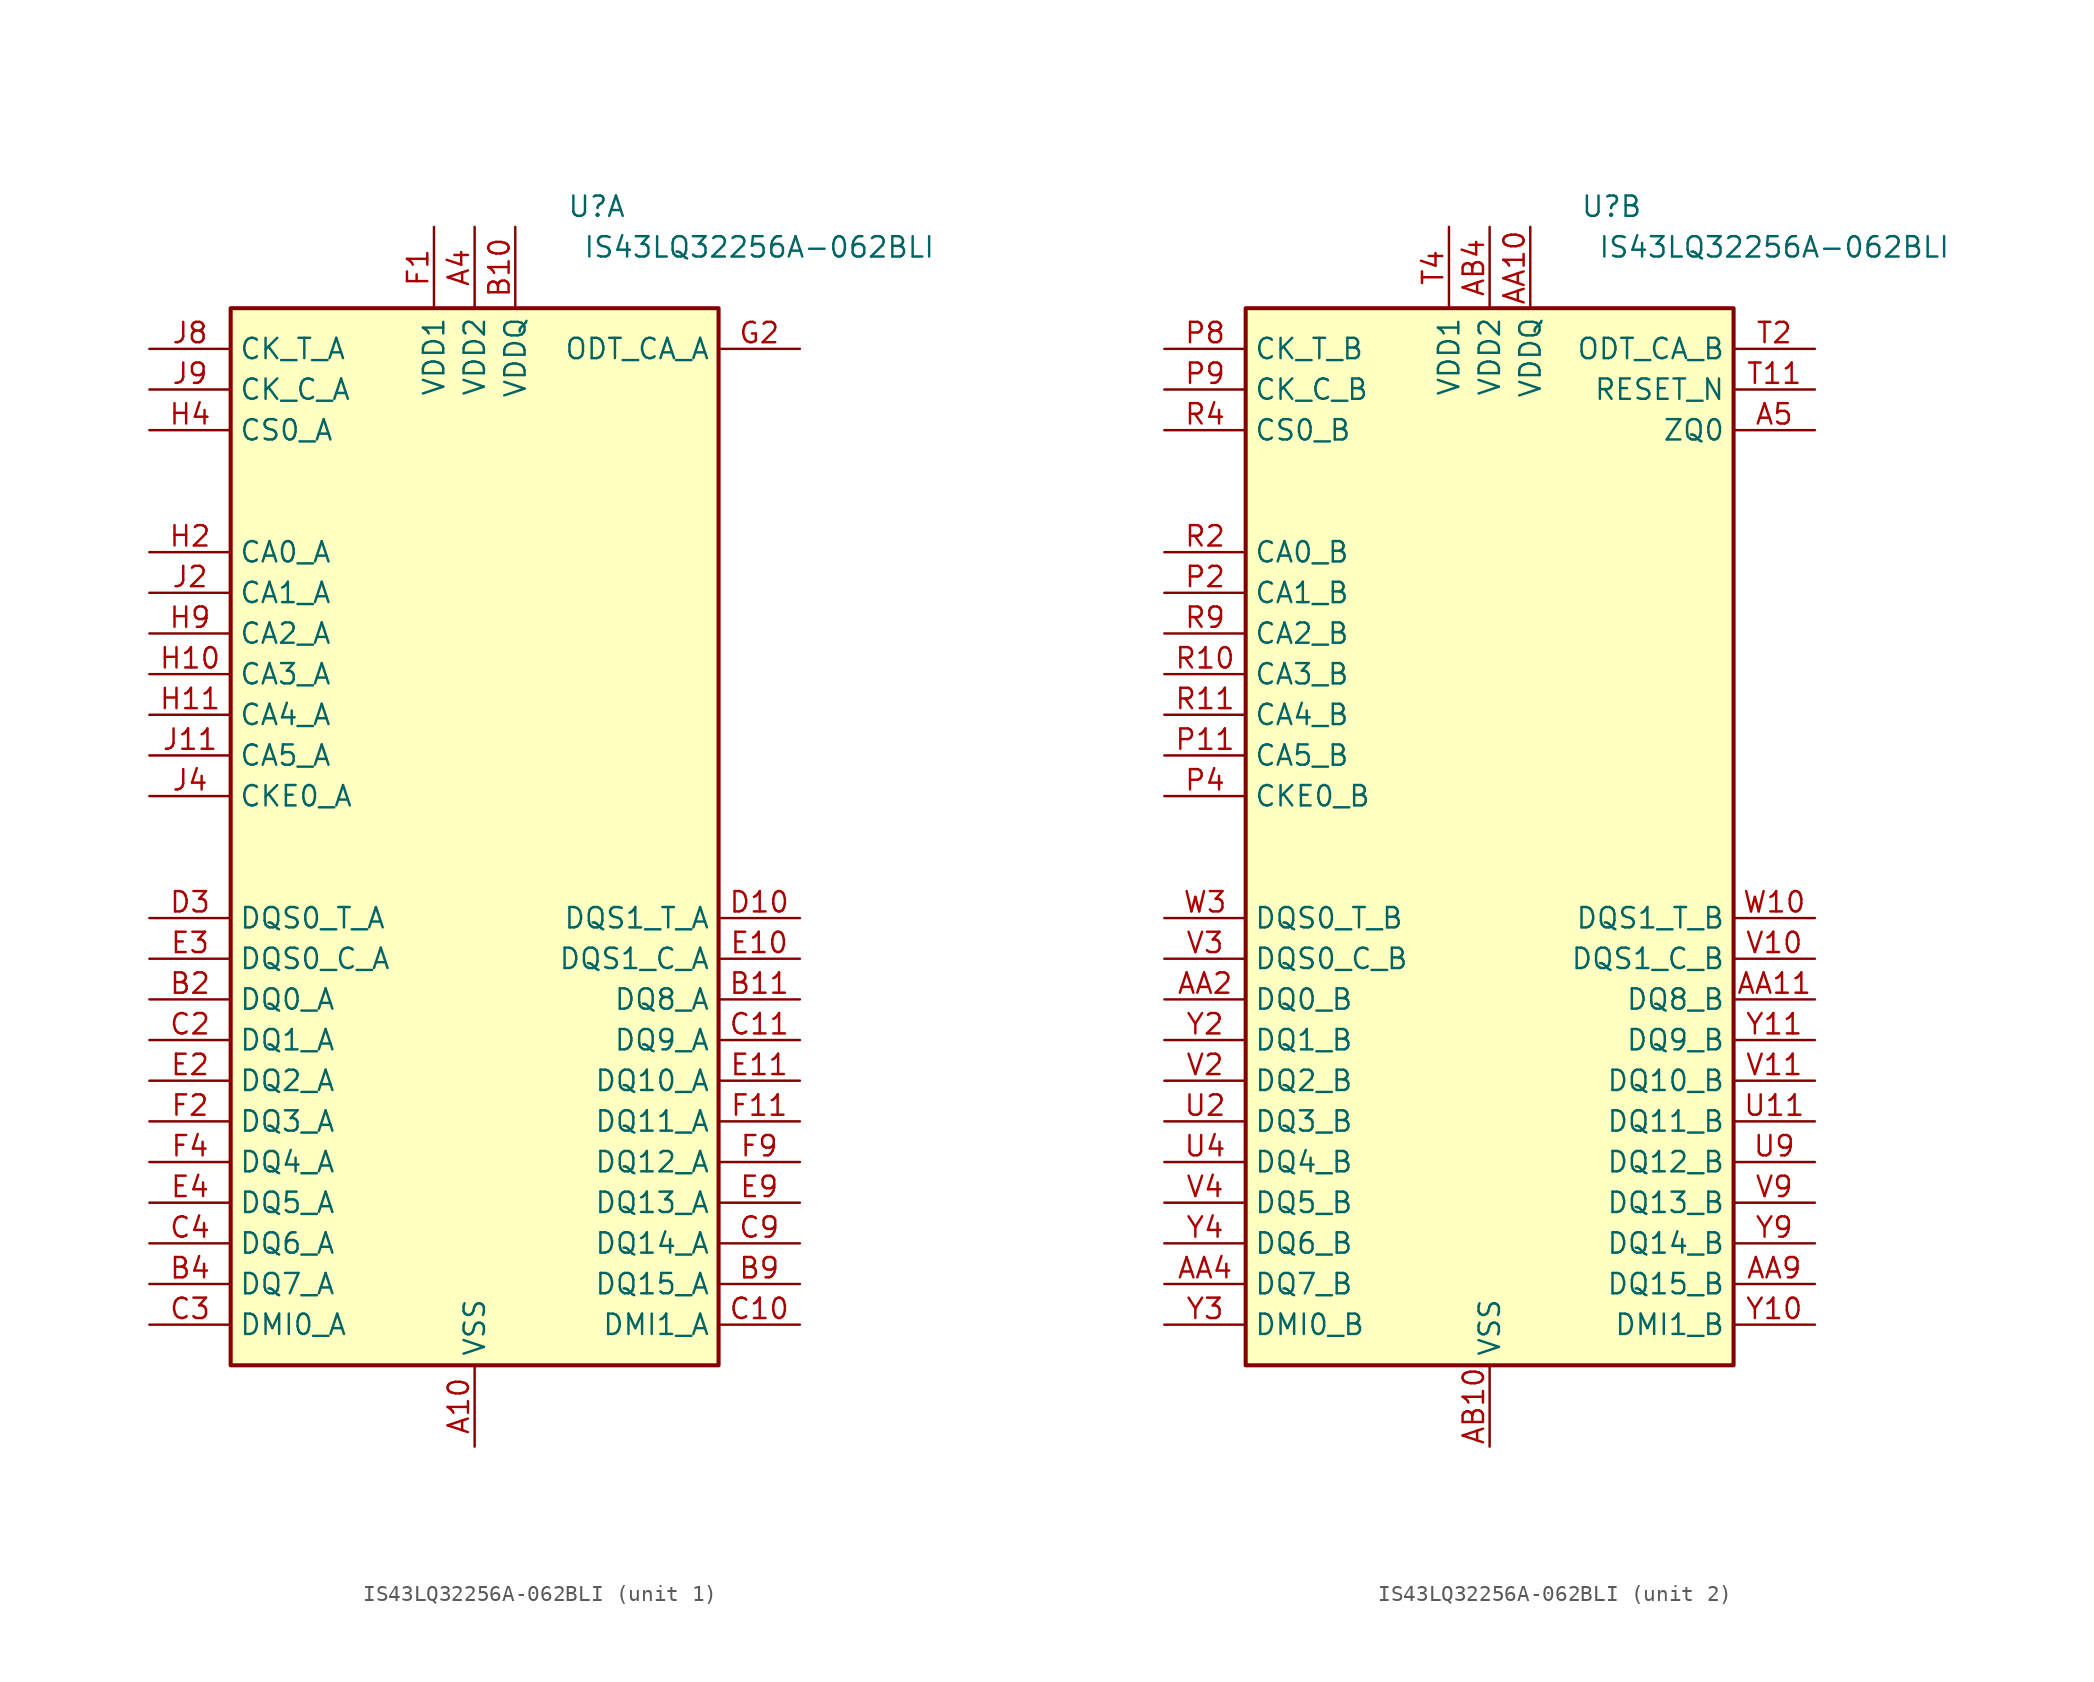
<source format=kicad_sym>
(kicad_symbol_lib
  (version 20231120)
  (generator "kicad_symbol_editor")
  (generator_version "8.0")
  (symbol "IS43LQ32256A-062BLI"
    (property "Reference" "U"
      (at 7.62 39.37 0)
      (effects (font (size 1.27 1.27))))
    (property "Value" "IS43LQ32256A-062BLI"
      (at 17.78 36.83 0)
      (effects (font (size 1.27 1.27))))
    (property "ki_locked" ""
      (at 0 0 0)
      (effects (font (size 1.27 1.27))))
    (symbol "IS43LQ32256A-062BLI_1_0"
      (rectangle (start -15.24 -33.02) (end 15.24 33.02) (stroke (width 0.254) (type default)) (fill (type background))))
    (symbol "IS43LQ32256A-062BLI_1_1"
      (pin no_connect line (at 15.24 12.7 180) (length 5.08) hide (name "DNU" (effects (font (size 1.27 1.27)))) (number "A1" (effects (font (size 1.27 1.27)))))
      (pin power_in line (at 0 -38.1 90) (length 5.08) (name "VSS" (effects (font (size 1.27 1.27)))) (number "A10" (effects (font (size 1.27 1.27)))))
      (pin no_connect line (at 15.24 7.62 180) (length 5.08) hide (name "DNU" (effects (font (size 1.27 1.27)))) (number "A11" (effects (font (size 1.27 1.27)))))
      (pin no_connect line (at 15.24 5.08 180) (length 5.08) hide (name "DNU" (effects (font (size 1.27 1.27)))) (number "A12" (effects (font (size 1.27 1.27)))))
      (pin no_connect line (at 15.24 10.16 180) (length 5.08) hide (name "DNU" (effects (font (size 1.27 1.27)))) (number "A2" (effects (font (size 1.27 1.27)))))
      (pin passive line (at 0 -38.1 90) (length 5.08) hide (name "VSS" (effects (font (size 1.27 1.27)))) (number "A3" (effects (font (size 1.27 1.27)))))
      (pin power_in line (at 0 38.1 270) (length 5.08) (name "VDD2" (effects (font (size 1.27 1.27)))) (number "A4" (effects (font (size 1.27 1.27)))))
      (pin passive line (at 0 38.1 270) (length 5.08) hide (name "VDD2" (effects (font (size 1.27 1.27)))) (number "A9" (effects (font (size 1.27 1.27)))))
      (pin no_connect line (at 15.24 2.54 180) (length 5.08) hide (name "DNU" (effects (font (size 1.27 1.27)))) (number "B1" (effects (font (size 1.27 1.27)))))
      (pin power_in line (at 2.54 38.1 270) (length 5.08) (name "VDDQ" (effects (font (size 1.27 1.27)))) (number "B10" (effects (font (size 1.27 1.27)))))
      (pin bidirectional line (at 20.32 -10.16 180) (length 5.08) (name "DQ8_A" (effects (font (size 1.27 1.27)))) (number "B11" (effects (font (size 1.27 1.27)))))
      (pin no_connect line (at 15.24 0 180) (length 5.08) hide (name "DNU" (effects (font (size 1.27 1.27)))) (number "B12" (effects (font (size 1.27 1.27)))))
      (pin bidirectional line (at -20.32 -10.16 0) (length 5.08) (name "DQ0_A" (effects (font (size 1.27 1.27)))) (number "B2" (effects (font (size 1.27 1.27)))))
      (pin passive line (at 2.54 38.1 270) (length 5.08) hide (name "VDDQ" (effects (font (size 1.27 1.27)))) (number "B3" (effects (font (size 1.27 1.27)))))
      (pin bidirectional line (at -20.32 -27.94 0) (length 5.08) (name "DQ7_A" (effects (font (size 1.27 1.27)))) (number "B4" (effects (font (size 1.27 1.27)))))
      (pin passive line (at 2.54 38.1 270) (length 5.08) hide (name "VDDQ" (effects (font (size 1.27 1.27)))) (number "B5" (effects (font (size 1.27 1.27)))))
      (pin passive line (at 2.54 38.1 270) (length 5.08) hide (name "VDDQ" (effects (font (size 1.27 1.27)))) (number "B8" (effects (font (size 1.27 1.27)))))
      (pin bidirectional line (at 20.32 -27.94 180) (length 5.08) (name "DQ15_A" (effects (font (size 1.27 1.27)))) (number "B9" (effects (font (size 1.27 1.27)))))
      (pin passive line (at 0 -38.1 90) (length 5.08) hide (name "VSS" (effects (font (size 1.27 1.27)))) (number "C1" (effects (font (size 1.27 1.27)))))
      (pin bidirectional line (at 20.32 -30.48 180) (length 5.08) (name "DMI1_A" (effects (font (size 1.27 1.27)))) (number "C10" (effects (font (size 1.27 1.27)))))
      (pin bidirectional line (at 20.32 -12.7 180) (length 5.08) (name "DQ9_A" (effects (font (size 1.27 1.27)))) (number "C11" (effects (font (size 1.27 1.27)))))
      (pin passive line (at 0 -38.1 90) (length 5.08) hide (name "VSS" (effects (font (size 1.27 1.27)))) (number "C12" (effects (font (size 1.27 1.27)))))
      (pin bidirectional line (at -20.32 -12.7 0) (length 5.08) (name "DQ1_A" (effects (font (size 1.27 1.27)))) (number "C2" (effects (font (size 1.27 1.27)))))
      (pin bidirectional line (at -20.32 -30.48 0) (length 5.08) (name "DMI0_A" (effects (font (size 1.27 1.27)))) (number "C3" (effects (font (size 1.27 1.27)))))
      (pin bidirectional line (at -20.32 -25.4 0) (length 5.08) (name "DQ6_A" (effects (font (size 1.27 1.27)))) (number "C4" (effects (font (size 1.27 1.27)))))
      (pin passive line (at 0 -38.1 90) (length 5.08) hide (name "VSS" (effects (font (size 1.27 1.27)))) (number "C5" (effects (font (size 1.27 1.27)))))
      (pin passive line (at 0 -38.1 90) (length 5.08) hide (name "VSS" (effects (font (size 1.27 1.27)))) (number "C8" (effects (font (size 1.27 1.27)))))
      (pin bidirectional line (at 20.32 -25.4 180) (length 5.08) (name "DQ14_A" (effects (font (size 1.27 1.27)))) (number "C9" (effects (font (size 1.27 1.27)))))
      (pin passive line (at 2.54 38.1 270) (length 5.08) hide (name "VDDQ" (effects (font (size 1.27 1.27)))) (number "D1" (effects (font (size 1.27 1.27)))))
      (pin bidirectional line (at 20.32 -5.08 180) (length 5.08) (name "DQS1_T_A" (effects (font (size 1.27 1.27)))) (number "D10" (effects (font (size 1.27 1.27)))))
      (pin passive line (at 0 -38.1 90) (length 5.08) hide (name "VSS" (effects (font (size 1.27 1.27)))) (number "D11" (effects (font (size 1.27 1.27)))))
      (pin passive line (at 2.54 38.1 270) (length 5.08) hide (name "VDDQ" (effects (font (size 1.27 1.27)))) (number "D12" (effects (font (size 1.27 1.27)))))
      (pin passive line (at 0 -38.1 90) (length 5.08) hide (name "VSS" (effects (font (size 1.27 1.27)))) (number "D2" (effects (font (size 1.27 1.27)))))
      (pin bidirectional line (at -20.32 -5.08 0) (length 5.08) (name "DQS0_T_A" (effects (font (size 1.27 1.27)))) (number "D3" (effects (font (size 1.27 1.27)))))
      (pin passive line (at 0 -38.1 90) (length 5.08) hide (name "VSS" (effects (font (size 1.27 1.27)))) (number "D4" (effects (font (size 1.27 1.27)))))
      (pin passive line (at 2.54 38.1 270) (length 5.08) hide (name "VDDQ" (effects (font (size 1.27 1.27)))) (number "D5" (effects (font (size 1.27 1.27)))))
      (pin passive line (at 2.54 38.1 270) (length 5.08) hide (name "VDDQ" (effects (font (size 1.27 1.27)))) (number "D8" (effects (font (size 1.27 1.27)))))
      (pin passive line (at 0 -38.1 90) (length 5.08) hide (name "VSS" (effects (font (size 1.27 1.27)))) (number "D9" (effects (font (size 1.27 1.27)))))
      (pin passive line (at 0 -38.1 90) (length 5.08) hide (name "VSS" (effects (font (size 1.27 1.27)))) (number "E1" (effects (font (size 1.27 1.27)))))
      (pin bidirectional line (at 20.32 -7.62 180) (length 5.08) (name "DQS1_C_A" (effects (font (size 1.27 1.27)))) (number "E10" (effects (font (size 1.27 1.27)))))
      (pin bidirectional line (at 20.32 -15.24 180) (length 5.08) (name "DQ10_A" (effects (font (size 1.27 1.27)))) (number "E11" (effects (font (size 1.27 1.27)))))
      (pin passive line (at 0 -38.1 90) (length 5.08) hide (name "VSS" (effects (font (size 1.27 1.27)))) (number "E12" (effects (font (size 1.27 1.27)))))
      (pin bidirectional line (at -20.32 -15.24 0) (length 5.08) (name "DQ2_A" (effects (font (size 1.27 1.27)))) (number "E2" (effects (font (size 1.27 1.27)))))
      (pin bidirectional line (at -20.32 -7.62 0) (length 5.08) (name "DQS0_C_A" (effects (font (size 1.27 1.27)))) (number "E3" (effects (font (size 1.27 1.27)))))
      (pin bidirectional line (at -20.32 -22.86 0) (length 5.08) (name "DQ5_A" (effects (font (size 1.27 1.27)))) (number "E4" (effects (font (size 1.27 1.27)))))
      (pin passive line (at 0 -38.1 90) (length 5.08) hide (name "VSS" (effects (font (size 1.27 1.27)))) (number "E5" (effects (font (size 1.27 1.27)))))
      (pin passive line (at 0 -38.1 90) (length 5.08) hide (name "VSS" (effects (font (size 1.27 1.27)))) (number "E8" (effects (font (size 1.27 1.27)))))
      (pin bidirectional line (at 20.32 -22.86 180) (length 5.08) (name "DQ13_A" (effects (font (size 1.27 1.27)))) (number "E9" (effects (font (size 1.27 1.27)))))
      (pin power_in line (at -2.54 38.1 270) (length 5.08) (name "VDD1" (effects (font (size 1.27 1.27)))) (number "F1" (effects (font (size 1.27 1.27)))))
      (pin passive line (at 2.54 38.1 270) (length 5.08) hide (name "VDDQ" (effects (font (size 1.27 1.27)))) (number "F10" (effects (font (size 1.27 1.27)))))
      (pin bidirectional line (at 20.32 -17.78 180) (length 5.08) (name "DQ11_A" (effects (font (size 1.27 1.27)))) (number "F11" (effects (font (size 1.27 1.27)))))
      (pin passive line (at -2.54 38.1 270) (length 5.08) hide (name "VDD1" (effects (font (size 1.27 1.27)))) (number "F12" (effects (font (size 1.27 1.27)))))
      (pin bidirectional line (at -20.32 -17.78 0) (length 5.08) (name "DQ3_A" (effects (font (size 1.27 1.27)))) (number "F2" (effects (font (size 1.27 1.27)))))
      (pin passive line (at 2.54 38.1 270) (length 5.08) hide (name "VDDQ" (effects (font (size 1.27 1.27)))) (number "F3" (effects (font (size 1.27 1.27)))))
      (pin bidirectional line (at -20.32 -20.32 0) (length 5.08) (name "DQ4_A" (effects (font (size 1.27 1.27)))) (number "F4" (effects (font (size 1.27 1.27)))))
      (pin passive line (at 0 38.1 270) (length 5.08) hide (name "VDD2" (effects (font (size 1.27 1.27)))) (number "F5" (effects (font (size 1.27 1.27)))))
      (pin passive line (at 0 38.1 270) (length 5.08) hide (name "VDD2" (effects (font (size 1.27 1.27)))) (number "F8" (effects (font (size 1.27 1.27)))))
      (pin bidirectional line (at 20.32 -20.32 180) (length 5.08) (name "DQ12_A" (effects (font (size 1.27 1.27)))) (number "F9" (effects (font (size 1.27 1.27)))))
      (pin passive line (at 0 -38.1 90) (length 5.08) hide (name "VSS" (effects (font (size 1.27 1.27)))) (number "G1" (effects (font (size 1.27 1.27)))))
      (pin passive line (at 0 -38.1 90) (length 5.08) hide (name "VSS" (effects (font (size 1.27 1.27)))) (number "G10" (effects (font (size 1.27 1.27)))))
      (pin passive line (at 0 -38.1 90) (length 5.08) hide (name "VSS" (effects (font (size 1.27 1.27)))) (number "G12" (effects (font (size 1.27 1.27)))))
      (pin input line (at 20.32 30.48 180) (length 5.08) (name "ODT_CA_A" (effects (font (size 1.27 1.27)))) (number "G2" (effects (font (size 1.27 1.27)))))
      (pin passive line (at 0 -38.1 90) (length 5.08) hide (name "VSS" (effects (font (size 1.27 1.27)))) (number "G3" (effects (font (size 1.27 1.27)))))
      (pin passive line (at -2.54 38.1 270) (length 5.08) hide (name "VDD1" (effects (font (size 1.27 1.27)))) (number "G4" (effects (font (size 1.27 1.27)))))
      (pin passive line (at 0 -38.1 90) (length 5.08) hide (name "VSS" (effects (font (size 1.27 1.27)))) (number "G5" (effects (font (size 1.27 1.27)))))
      (pin passive line (at 0 -38.1 90) (length 5.08) hide (name "VSS" (effects (font (size 1.27 1.27)))) (number "G8" (effects (font (size 1.27 1.27)))))
      (pin passive line (at -2.54 38.1 270) (length 5.08) hide (name "VDD1" (effects (font (size 1.27 1.27)))) (number "G9" (effects (font (size 1.27 1.27)))))
      (pin passive line (at 0 38.1 270) (length 5.08) hide (name "VDD2" (effects (font (size 1.27 1.27)))) (number "H1" (effects (font (size 1.27 1.27)))))
      (pin input line (at -20.32 10.16 0) (length 5.08) (name "CA3_A" (effects (font (size 1.27 1.27)))) (number "H10" (effects (font (size 1.27 1.27)))))
      (pin input line (at -20.32 7.62 0) (length 5.08) (name "CA4_A" (effects (font (size 1.27 1.27)))) (number "H11" (effects (font (size 1.27 1.27)))))
      (pin passive line (at 0 38.1 270) (length 5.08) hide (name "VDD2" (effects (font (size 1.27 1.27)))) (number "H12" (effects (font (size 1.27 1.27)))))
      (pin input line (at -20.32 17.78 0) (length 5.08) (name "CA0_A" (effects (font (size 1.27 1.27)))) (number "H2" (effects (font (size 1.27 1.27)))))
      (pin no_connect line (at -15.24 22.86 0) (length 5.08) hide (name "NC" (effects (font (size 1.27 1.27)))) (number "H3" (effects (font (size 1.27 1.27)))))
      (pin input line (at -20.32 25.4 0) (length 5.08) (name "CS0_A" (effects (font (size 1.27 1.27)))) (number "H4" (effects (font (size 1.27 1.27)))))
      (pin passive line (at 0 38.1 270) (length 5.08) hide (name "VDD2" (effects (font (size 1.27 1.27)))) (number "H5" (effects (font (size 1.27 1.27)))))
      (pin passive line (at 0 38.1 270) (length 5.08) hide (name "VDD2" (effects (font (size 1.27 1.27)))) (number "H8" (effects (font (size 1.27 1.27)))))
      (pin input line (at -20.32 12.7 0) (length 5.08) (name "CA2_A" (effects (font (size 1.27 1.27)))) (number "H9" (effects (font (size 1.27 1.27)))))
      (pin passive line (at 0 -38.1 90) (length 5.08) hide (name "VSS" (effects (font (size 1.27 1.27)))) (number "J1" (effects (font (size 1.27 1.27)))))
      (pin passive line (at 0 -38.1 90) (length 5.08) hide (name "VSS" (effects (font (size 1.27 1.27)))) (number "J10" (effects (font (size 1.27 1.27)))))
      (pin input line (at -20.32 5.08 0) (length 5.08) (name "CA5_A" (effects (font (size 1.27 1.27)))) (number "J11" (effects (font (size 1.27 1.27)))))
      (pin passive line (at 0 -38.1 90) (length 5.08) hide (name "VSS" (effects (font (size 1.27 1.27)))) (number "J12" (effects (font (size 1.27 1.27)))))
      (pin input line (at -20.32 15.24 0) (length 5.08) (name "CA1_A" (effects (font (size 1.27 1.27)))) (number "J2" (effects (font (size 1.27 1.27)))))
      (pin passive line (at 0 -38.1 90) (length 5.08) hide (name "VSS" (effects (font (size 1.27 1.27)))) (number "J3" (effects (font (size 1.27 1.27)))))
      (pin input line (at -20.32 2.54 0) (length 5.08) (name "CKE0_A" (effects (font (size 1.27 1.27)))) (number "J4" (effects (font (size 1.27 1.27)))))
      (pin no_connect line (at -15.24 0 0) (length 5.08) hide (name "NC" (effects (font (size 1.27 1.27)))) (number "J5" (effects (font (size 1.27 1.27)))))
      (pin input line (at -20.32 30.48 0) (length 5.08) (name "CK_T_A" (effects (font (size 1.27 1.27)))) (number "J8" (effects (font (size 1.27 1.27)))))
      (pin input line (at -20.32 27.94 0) (length 5.08) (name "CK_C_A" (effects (font (size 1.27 1.27)))) (number "J9" (effects (font (size 1.27 1.27)))))
      (pin passive line (at 0 38.1 270) (length 5.08) hide (name "VDD2" (effects (font (size 1.27 1.27)))) (number "K1" (effects (font (size 1.27 1.27)))))
      (pin passive line (at 0 38.1 270) (length 5.08) hide (name "VDD2" (effects (font (size 1.27 1.27)))) (number "K10" (effects (font (size 1.27 1.27)))))
      (pin passive line (at 0 -38.1 90) (length 5.08) hide (name "VSS" (effects (font (size 1.27 1.27)))) (number "K11" (effects (font (size 1.27 1.27)))))
      (pin passive line (at 0 38.1 270) (length 5.08) hide (name "VDD2" (effects (font (size 1.27 1.27)))) (number "K12" (effects (font (size 1.27 1.27)))))
      (pin passive line (at 0 -38.1 90) (length 5.08) hide (name "VSS" (effects (font (size 1.27 1.27)))) (number "K2" (effects (font (size 1.27 1.27)))))
      (pin passive line (at 0 38.1 270) (length 5.08) hide (name "VDD2" (effects (font (size 1.27 1.27)))) (number "K3" (effects (font (size 1.27 1.27)))))
      (pin passive line (at 0 -38.1 90) (length 5.08) hide (name "VSS" (effects (font (size 1.27 1.27)))) (number "K4" (effects (font (size 1.27 1.27)))))
      (pin no_connect line (at -15.24 20.32 0) (length 5.08) hide (name "NC" (effects (font (size 1.27 1.27)))) (number "K5" (effects (font (size 1.27 1.27)))))
      (pin no_connect line (at -15.24 -2.54 0) (length 5.08) hide (name "NC" (effects (font (size 1.27 1.27)))) (number "K8" (effects (font (size 1.27 1.27)))))
      (pin passive line (at 0 -38.1 90) (length 5.08) hide (name "VSS" (effects (font (size 1.27 1.27)))) (number "K9" (effects (font (size 1.27 1.27))))))
    (symbol "IS43LQ32256A-062BLI_2_0"
      (rectangle (start -15.24 -33.02) (end 15.24 33.02) (stroke (width 0.254) (type default)) (fill (type background))))
    (symbol "IS43LQ32256A-062BLI_2_1"
      (pin input line (at 20.32 25.4 180) (length 5.08) (name "ZQ0" (effects (font (size 1.27 1.27)))) (number "A5" (effects (font (size 1.27 1.27)))))
      (pin no_connect line (at 15.24 22.86 180) (length 5.08) hide (name "NC" (effects (font (size 1.27 1.27)))) (number "A8" (effects (font (size 1.27 1.27)))))
      (pin no_connect line (at 15.24 12.7 180) (length 5.08) hide (name "DNU" (effects (font (size 1.27 1.27)))) (number "AA1" (effects (font (size 1.27 1.27)))))
      (pin power_in line (at 2.54 38.1 270) (length 5.08) (name "VDDQ" (effects (font (size 1.27 1.27)))) (number "AA10" (effects (font (size 1.27 1.27)))))
      (pin bidirectional line (at 20.32 -10.16 180) (length 5.08) (name "DQ8_B" (effects (font (size 1.27 1.27)))) (number "AA11" (effects (font (size 1.27 1.27)))))
      (pin no_connect line (at 15.24 10.16 180) (length 5.08) hide (name "DNU" (effects (font (size 1.27 1.27)))) (number "AA12" (effects (font (size 1.27 1.27)))))
      (pin bidirectional line (at -20.32 -10.16 0) (length 5.08) (name "DQ0_B" (effects (font (size 1.27 1.27)))) (number "AA2" (effects (font (size 1.27 1.27)))))
      (pin passive line (at 2.54 38.1 270) (length 5.08) hide (name "VDDQ" (effects (font (size 1.27 1.27)))) (number "AA3" (effects (font (size 1.27 1.27)))))
      (pin bidirectional line (at -20.32 -27.94 0) (length 5.08) (name "DQ7_B" (effects (font (size 1.27 1.27)))) (number "AA4" (effects (font (size 1.27 1.27)))))
      (pin passive line (at 2.54 38.1 270) (length 5.08) hide (name "VDDQ" (effects (font (size 1.27 1.27)))) (number "AA5" (effects (font (size 1.27 1.27)))))
      (pin passive line (at 2.54 38.1 270) (length 5.08) hide (name "VDDQ" (effects (font (size 1.27 1.27)))) (number "AA8" (effects (font (size 1.27 1.27)))))
      (pin bidirectional line (at 20.32 -27.94 180) (length 5.08) (name "DQ15_B" (effects (font (size 1.27 1.27)))) (number "AA9" (effects (font (size 1.27 1.27)))))
      (pin no_connect line (at 15.24 7.62 180) (length 5.08) hide (name "DNU" (effects (font (size 1.27 1.27)))) (number "AB1" (effects (font (size 1.27 1.27)))))
      (pin power_in line (at 0 -38.1 90) (length 5.08) (name "VSS" (effects (font (size 1.27 1.27)))) (number "AB10" (effects (font (size 1.27 1.27)))))
      (pin no_connect line (at 15.24 2.54 180) (length 5.08) hide (name "DNU" (effects (font (size 1.27 1.27)))) (number "AB11" (effects (font (size 1.27 1.27)))))
      (pin no_connect line (at 15.24 0 180) (length 5.08) hide (name "DNU" (effects (font (size 1.27 1.27)))) (number "AB12" (effects (font (size 1.27 1.27)))))
      (pin no_connect line (at 15.24 5.08 180) (length 5.08) hide (name "DNU" (effects (font (size 1.27 1.27)))) (number "AB2" (effects (font (size 1.27 1.27)))))
      (pin passive line (at 0 -38.1 90) (length 5.08) hide (name "VSS" (effects (font (size 1.27 1.27)))) (number "AB3" (effects (font (size 1.27 1.27)))))
      (pin power_in line (at 0 38.1 270) (length 5.08) (name "VDD2" (effects (font (size 1.27 1.27)))) (number "AB4" (effects (font (size 1.27 1.27)))))
      (pin passive line (at 0 -38.1 90) (length 5.08) hide (name "VSS" (effects (font (size 1.27 1.27)))) (number "AB5" (effects (font (size 1.27 1.27)))))
      (pin passive line (at 0 -38.1 90) (length 5.08) hide (name "VSS" (effects (font (size 1.27 1.27)))) (number "AB8" (effects (font (size 1.27 1.27)))))
      (pin passive line (at 0 38.1 270) (length 5.08) hide (name "VDD2" (effects (font (size 1.27 1.27)))) (number "AB9" (effects (font (size 1.27 1.27)))))
      (pin no_connect line (at 15.24 20.32 180) (length 5.08) hide (name "NC" (effects (font (size 1.27 1.27)))) (number "G11" (effects (font (size 1.27 1.27)))))
      (pin passive line (at 0 38.1 270) (length 5.08) hide (name "VDD2" (effects (font (size 1.27 1.27)))) (number "N1" (effects (font (size 1.27 1.27)))))
      (pin passive line (at 0 38.1 270) (length 5.08) hide (name "VDD2" (effects (font (size 1.27 1.27)))) (number "N10" (effects (font (size 1.27 1.27)))))
      (pin passive line (at 0 -38.1 90) (length 5.08) hide (name "VSS" (effects (font (size 1.27 1.27)))) (number "N11" (effects (font (size 1.27 1.27)))))
      (pin passive line (at 0 38.1 270) (length 5.08) hide (name "VDD2" (effects (font (size 1.27 1.27)))) (number "N12" (effects (font (size 1.27 1.27)))))
      (pin passive line (at 0 -38.1 90) (length 5.08) hide (name "VSS" (effects (font (size 1.27 1.27)))) (number "N2" (effects (font (size 1.27 1.27)))))
      (pin passive line (at 0 38.1 270) (length 5.08) hide (name "VDD2" (effects (font (size 1.27 1.27)))) (number "N3" (effects (font (size 1.27 1.27)))))
      (pin passive line (at 0 -38.1 90) (length 5.08) hide (name "VSS" (effects (font (size 1.27 1.27)))) (number "N4" (effects (font (size 1.27 1.27)))))
      (pin no_connect line (at -15.24 20.32 0) (length 5.08) hide (name "NC" (effects (font (size 1.27 1.27)))) (number "N5" (effects (font (size 1.27 1.27)))))
      (pin no_connect line (at -15.24 -2.54 0) (length 5.08) hide (name "NC" (effects (font (size 1.27 1.27)))) (number "N8" (effects (font (size 1.27 1.27)))))
      (pin passive line (at 0 -38.1 90) (length 5.08) hide (name "VSS" (effects (font (size 1.27 1.27)))) (number "N9" (effects (font (size 1.27 1.27)))))
      (pin passive line (at 0 -38.1 90) (length 5.08) hide (name "VSS" (effects (font (size 1.27 1.27)))) (number "P1" (effects (font (size 1.27 1.27)))))
      (pin passive line (at 0 -38.1 90) (length 5.08) hide (name "VSS" (effects (font (size 1.27 1.27)))) (number "P10" (effects (font (size 1.27 1.27)))))
      (pin input line (at -20.32 5.08 0) (length 5.08) (name "CA5_B" (effects (font (size 1.27 1.27)))) (number "P11" (effects (font (size 1.27 1.27)))))
      (pin passive line (at 0 -38.1 90) (length 5.08) hide (name "VSS" (effects (font (size 1.27 1.27)))) (number "P12" (effects (font (size 1.27 1.27)))))
      (pin input line (at -20.32 15.24 0) (length 5.08) (name "CA1_B" (effects (font (size 1.27 1.27)))) (number "P2" (effects (font (size 1.27 1.27)))))
      (pin passive line (at 0 -38.1 90) (length 5.08) hide (name "VSS" (effects (font (size 1.27 1.27)))) (number "P3" (effects (font (size 1.27 1.27)))))
      (pin input line (at -20.32 2.54 0) (length 5.08) (name "CKE0_B" (effects (font (size 1.27 1.27)))) (number "P4" (effects (font (size 1.27 1.27)))))
      (pin no_connect line (at -15.24 0 0) (length 5.08) hide (name "NC" (effects (font (size 1.27 1.27)))) (number "P5" (effects (font (size 1.27 1.27)))))
      (pin input line (at -20.32 30.48 0) (length 5.08) (name "CK_T_B" (effects (font (size 1.27 1.27)))) (number "P8" (effects (font (size 1.27 1.27)))))
      (pin input line (at -20.32 27.94 0) (length 5.08) (name "CK_C_B" (effects (font (size 1.27 1.27)))) (number "P9" (effects (font (size 1.27 1.27)))))
      (pin passive line (at 0 38.1 270) (length 5.08) hide (name "VDD2" (effects (font (size 1.27 1.27)))) (number "R1" (effects (font (size 1.27 1.27)))))
      (pin input line (at -20.32 10.16 0) (length 5.08) (name "CA3_B" (effects (font (size 1.27 1.27)))) (number "R10" (effects (font (size 1.27 1.27)))))
      (pin input line (at -20.32 7.62 0) (length 5.08) (name "CA4_B" (effects (font (size 1.27 1.27)))) (number "R11" (effects (font (size 1.27 1.27)))))
      (pin passive line (at 0 38.1 270) (length 5.08) hide (name "VDD2" (effects (font (size 1.27 1.27)))) (number "R12" (effects (font (size 1.27 1.27)))))
      (pin input line (at -20.32 17.78 0) (length 5.08) (name "CA0_B" (effects (font (size 1.27 1.27)))) (number "R2" (effects (font (size 1.27 1.27)))))
      (pin no_connect line (at -15.24 22.86 0) (length 5.08) hide (name "NC" (effects (font (size 1.27 1.27)))) (number "R3" (effects (font (size 1.27 1.27)))))
      (pin input line (at -20.32 25.4 0) (length 5.08) (name "CS0_B" (effects (font (size 1.27 1.27)))) (number "R4" (effects (font (size 1.27 1.27)))))
      (pin passive line (at 0 38.1 270) (length 5.08) hide (name "VDD2" (effects (font (size 1.27 1.27)))) (number "R5" (effects (font (size 1.27 1.27)))))
      (pin passive line (at 0 38.1 270) (length 5.08) hide (name "VDD2" (effects (font (size 1.27 1.27)))) (number "R8" (effects (font (size 1.27 1.27)))))
      (pin input line (at -20.32 12.7 0) (length 5.08) (name "CA2_B" (effects (font (size 1.27 1.27)))) (number "R9" (effects (font (size 1.27 1.27)))))
      (pin passive line (at 0 -38.1 90) (length 5.08) hide (name "VSS" (effects (font (size 1.27 1.27)))) (number "T1" (effects (font (size 1.27 1.27)))))
      (pin passive line (at 0 -38.1 90) (length 5.08) hide (name "VSS" (effects (font (size 1.27 1.27)))) (number "T10" (effects (font (size 1.27 1.27)))))
      (pin input line (at 20.32 27.94 180) (length 5.08) (name "RESET_N" (effects (font (size 1.27 1.27)))) (number "T11" (effects (font (size 1.27 1.27)))))
      (pin passive line (at 0 -38.1 90) (length 5.08) hide (name "VSS" (effects (font (size 1.27 1.27)))) (number "T12" (effects (font (size 1.27 1.27)))))
      (pin input line (at 20.32 30.48 180) (length 5.08) (name "ODT_CA_B" (effects (font (size 1.27 1.27)))) (number "T2" (effects (font (size 1.27 1.27)))))
      (pin passive line (at 0 -38.1 90) (length 5.08) hide (name "VSS" (effects (font (size 1.27 1.27)))) (number "T3" (effects (font (size 1.27 1.27)))))
      (pin power_in line (at -2.54 38.1 270) (length 5.08) (name "VDD1" (effects (font (size 1.27 1.27)))) (number "T4" (effects (font (size 1.27 1.27)))))
      (pin passive line (at 0 -38.1 90) (length 5.08) hide (name "VSS" (effects (font (size 1.27 1.27)))) (number "T5" (effects (font (size 1.27 1.27)))))
      (pin passive line (at 0 -38.1 90) (length 5.08) hide (name "VSS" (effects (font (size 1.27 1.27)))) (number "T8" (effects (font (size 1.27 1.27)))))
      (pin passive line (at -2.54 38.1 270) (length 5.08) hide (name "VDD1" (effects (font (size 1.27 1.27)))) (number "T9" (effects (font (size 1.27 1.27)))))
      (pin passive line (at -2.54 38.1 270) (length 5.08) hide (name "VDD1" (effects (font (size 1.27 1.27)))) (number "U1" (effects (font (size 1.27 1.27)))))
      (pin passive line (at 2.54 38.1 270) (length 5.08) hide (name "VDDQ" (effects (font (size 1.27 1.27)))) (number "U10" (effects (font (size 1.27 1.27)))))
      (pin bidirectional line (at 20.32 -17.78 180) (length 5.08) (name "DQ11_B" (effects (font (size 1.27 1.27)))) (number "U11" (effects (font (size 1.27 1.27)))))
      (pin passive line (at -2.54 38.1 270) (length 5.08) hide (name "VDD1" (effects (font (size 1.27 1.27)))) (number "U12" (effects (font (size 1.27 1.27)))))
      (pin bidirectional line (at -20.32 -17.78 0) (length 5.08) (name "DQ3_B" (effects (font (size 1.27 1.27)))) (number "U2" (effects (font (size 1.27 1.27)))))
      (pin passive line (at 2.54 38.1 270) (length 5.08) hide (name "VDDQ" (effects (font (size 1.27 1.27)))) (number "U3" (effects (font (size 1.27 1.27)))))
      (pin bidirectional line (at -20.32 -20.32 0) (length 5.08) (name "DQ4_B" (effects (font (size 1.27 1.27)))) (number "U4" (effects (font (size 1.27 1.27)))))
      (pin passive line (at 0 38.1 270) (length 5.08) hide (name "VDD2" (effects (font (size 1.27 1.27)))) (number "U5" (effects (font (size 1.27 1.27)))))
      (pin passive line (at 0 38.1 270) (length 5.08) hide (name "VDD2" (effects (font (size 1.27 1.27)))) (number "U8" (effects (font (size 1.27 1.27)))))
      (pin bidirectional line (at 20.32 -20.32 180) (length 5.08) (name "DQ12_B" (effects (font (size 1.27 1.27)))) (number "U9" (effects (font (size 1.27 1.27)))))
      (pin passive line (at 0 -38.1 90) (length 5.08) hide (name "VSS" (effects (font (size 1.27 1.27)))) (number "V1" (effects (font (size 1.27 1.27)))))
      (pin bidirectional line (at 20.32 -7.62 180) (length 5.08) (name "DQS1_C_B" (effects (font (size 1.27 1.27)))) (number "V10" (effects (font (size 1.27 1.27)))))
      (pin bidirectional line (at 20.32 -15.24 180) (length 5.08) (name "DQ10_B" (effects (font (size 1.27 1.27)))) (number "V11" (effects (font (size 1.27 1.27)))))
      (pin passive line (at 0 -38.1 90) (length 5.08) hide (name "VSS" (effects (font (size 1.27 1.27)))) (number "V12" (effects (font (size 1.27 1.27)))))
      (pin bidirectional line (at -20.32 -15.24 0) (length 5.08) (name "DQ2_B" (effects (font (size 1.27 1.27)))) (number "V2" (effects (font (size 1.27 1.27)))))
      (pin bidirectional line (at -20.32 -7.62 0) (length 5.08) (name "DQS0_C_B" (effects (font (size 1.27 1.27)))) (number "V3" (effects (font (size 1.27 1.27)))))
      (pin bidirectional line (at -20.32 -22.86 0) (length 5.08) (name "DQ5_B" (effects (font (size 1.27 1.27)))) (number "V4" (effects (font (size 1.27 1.27)))))
      (pin passive line (at 0 -38.1 90) (length 5.08) hide (name "VSS" (effects (font (size 1.27 1.27)))) (number "V5" (effects (font (size 1.27 1.27)))))
      (pin passive line (at 0 -38.1 90) (length 5.08) hide (name "VSS" (effects (font (size 1.27 1.27)))) (number "V8" (effects (font (size 1.27 1.27)))))
      (pin bidirectional line (at 20.32 -22.86 180) (length 5.08) (name "DQ13_B" (effects (font (size 1.27 1.27)))) (number "V9" (effects (font (size 1.27 1.27)))))
      (pin passive line (at 2.54 38.1 270) (length 5.08) hide (name "VDDQ" (effects (font (size 1.27 1.27)))) (number "W1" (effects (font (size 1.27 1.27)))))
      (pin bidirectional line (at 20.32 -5.08 180) (length 5.08) (name "DQS1_T_B" (effects (font (size 1.27 1.27)))) (number "W10" (effects (font (size 1.27 1.27)))))
      (pin passive line (at 0 -38.1 90) (length 5.08) hide (name "VSS" (effects (font (size 1.27 1.27)))) (number "W11" (effects (font (size 1.27 1.27)))))
      (pin passive line (at 2.54 38.1 270) (length 5.08) hide (name "VDDQ" (effects (font (size 1.27 1.27)))) (number "W12" (effects (font (size 1.27 1.27)))))
      (pin passive line (at 0 -38.1 90) (length 5.08) hide (name "VSS" (effects (font (size 1.27 1.27)))) (number "W2" (effects (font (size 1.27 1.27)))))
      (pin bidirectional line (at -20.32 -5.08 0) (length 5.08) (name "DQS0_T_B" (effects (font (size 1.27 1.27)))) (number "W3" (effects (font (size 1.27 1.27)))))
      (pin passive line (at 0 -38.1 90) (length 5.08) hide (name "VSS" (effects (font (size 1.27 1.27)))) (number "W4" (effects (font (size 1.27 1.27)))))
      (pin passive line (at 2.54 38.1 270) (length 5.08) hide (name "VDDQ" (effects (font (size 1.27 1.27)))) (number "W5" (effects (font (size 1.27 1.27)))))
      (pin passive line (at 2.54 38.1 270) (length 5.08) hide (name "VDDQ" (effects (font (size 1.27 1.27)))) (number "W8" (effects (font (size 1.27 1.27)))))
      (pin passive line (at 0 -38.1 90) (length 5.08) hide (name "VSS" (effects (font (size 1.27 1.27)))) (number "W9" (effects (font (size 1.27 1.27)))))
      (pin passive line (at 0 -38.1 90) (length 5.08) hide (name "VSS" (effects (font (size 1.27 1.27)))) (number "Y1" (effects (font (size 1.27 1.27)))))
      (pin bidirectional line (at 20.32 -30.48 180) (length 5.08) (name "DMI1_B" (effects (font (size 1.27 1.27)))) (number "Y10" (effects (font (size 1.27 1.27)))))
      (pin bidirectional line (at 20.32 -12.7 180) (length 5.08) (name "DQ9_B" (effects (font (size 1.27 1.27)))) (number "Y11" (effects (font (size 1.27 1.27)))))
      (pin passive line (at 0 -38.1 90) (length 5.08) hide (name "VSS" (effects (font (size 1.27 1.27)))) (number "Y12" (effects (font (size 1.27 1.27)))))
      (pin bidirectional line (at -20.32 -12.7 0) (length 5.08) (name "DQ1_B" (effects (font (size 1.27 1.27)))) (number "Y2" (effects (font (size 1.27 1.27)))))
      (pin bidirectional line (at -20.32 -30.48 0) (length 5.08) (name "DMI0_B" (effects (font (size 1.27 1.27)))) (number "Y3" (effects (font (size 1.27 1.27)))))
      (pin bidirectional line (at -20.32 -25.4 0) (length 5.08) (name "DQ6_B" (effects (font (size 1.27 1.27)))) (number "Y4" (effects (font (size 1.27 1.27)))))
      (pin passive line (at 0 -38.1 90) (length 5.08) hide (name "VSS" (effects (font (size 1.27 1.27)))) (number "Y5" (effects (font (size 1.27 1.27)))))
      (pin passive line (at 0 -38.1 90) (length 5.08) hide (name "VSS" (effects (font (size 1.27 1.27)))) (number "Y8" (effects (font (size 1.27 1.27)))))
      (pin bidirectional line (at 20.32 -25.4 180) (length 5.08) (name "DQ14_B" (effects (font (size 1.27 1.27)))) (number "Y9" (effects (font (size 1.27 1.27))))))))
</source>
